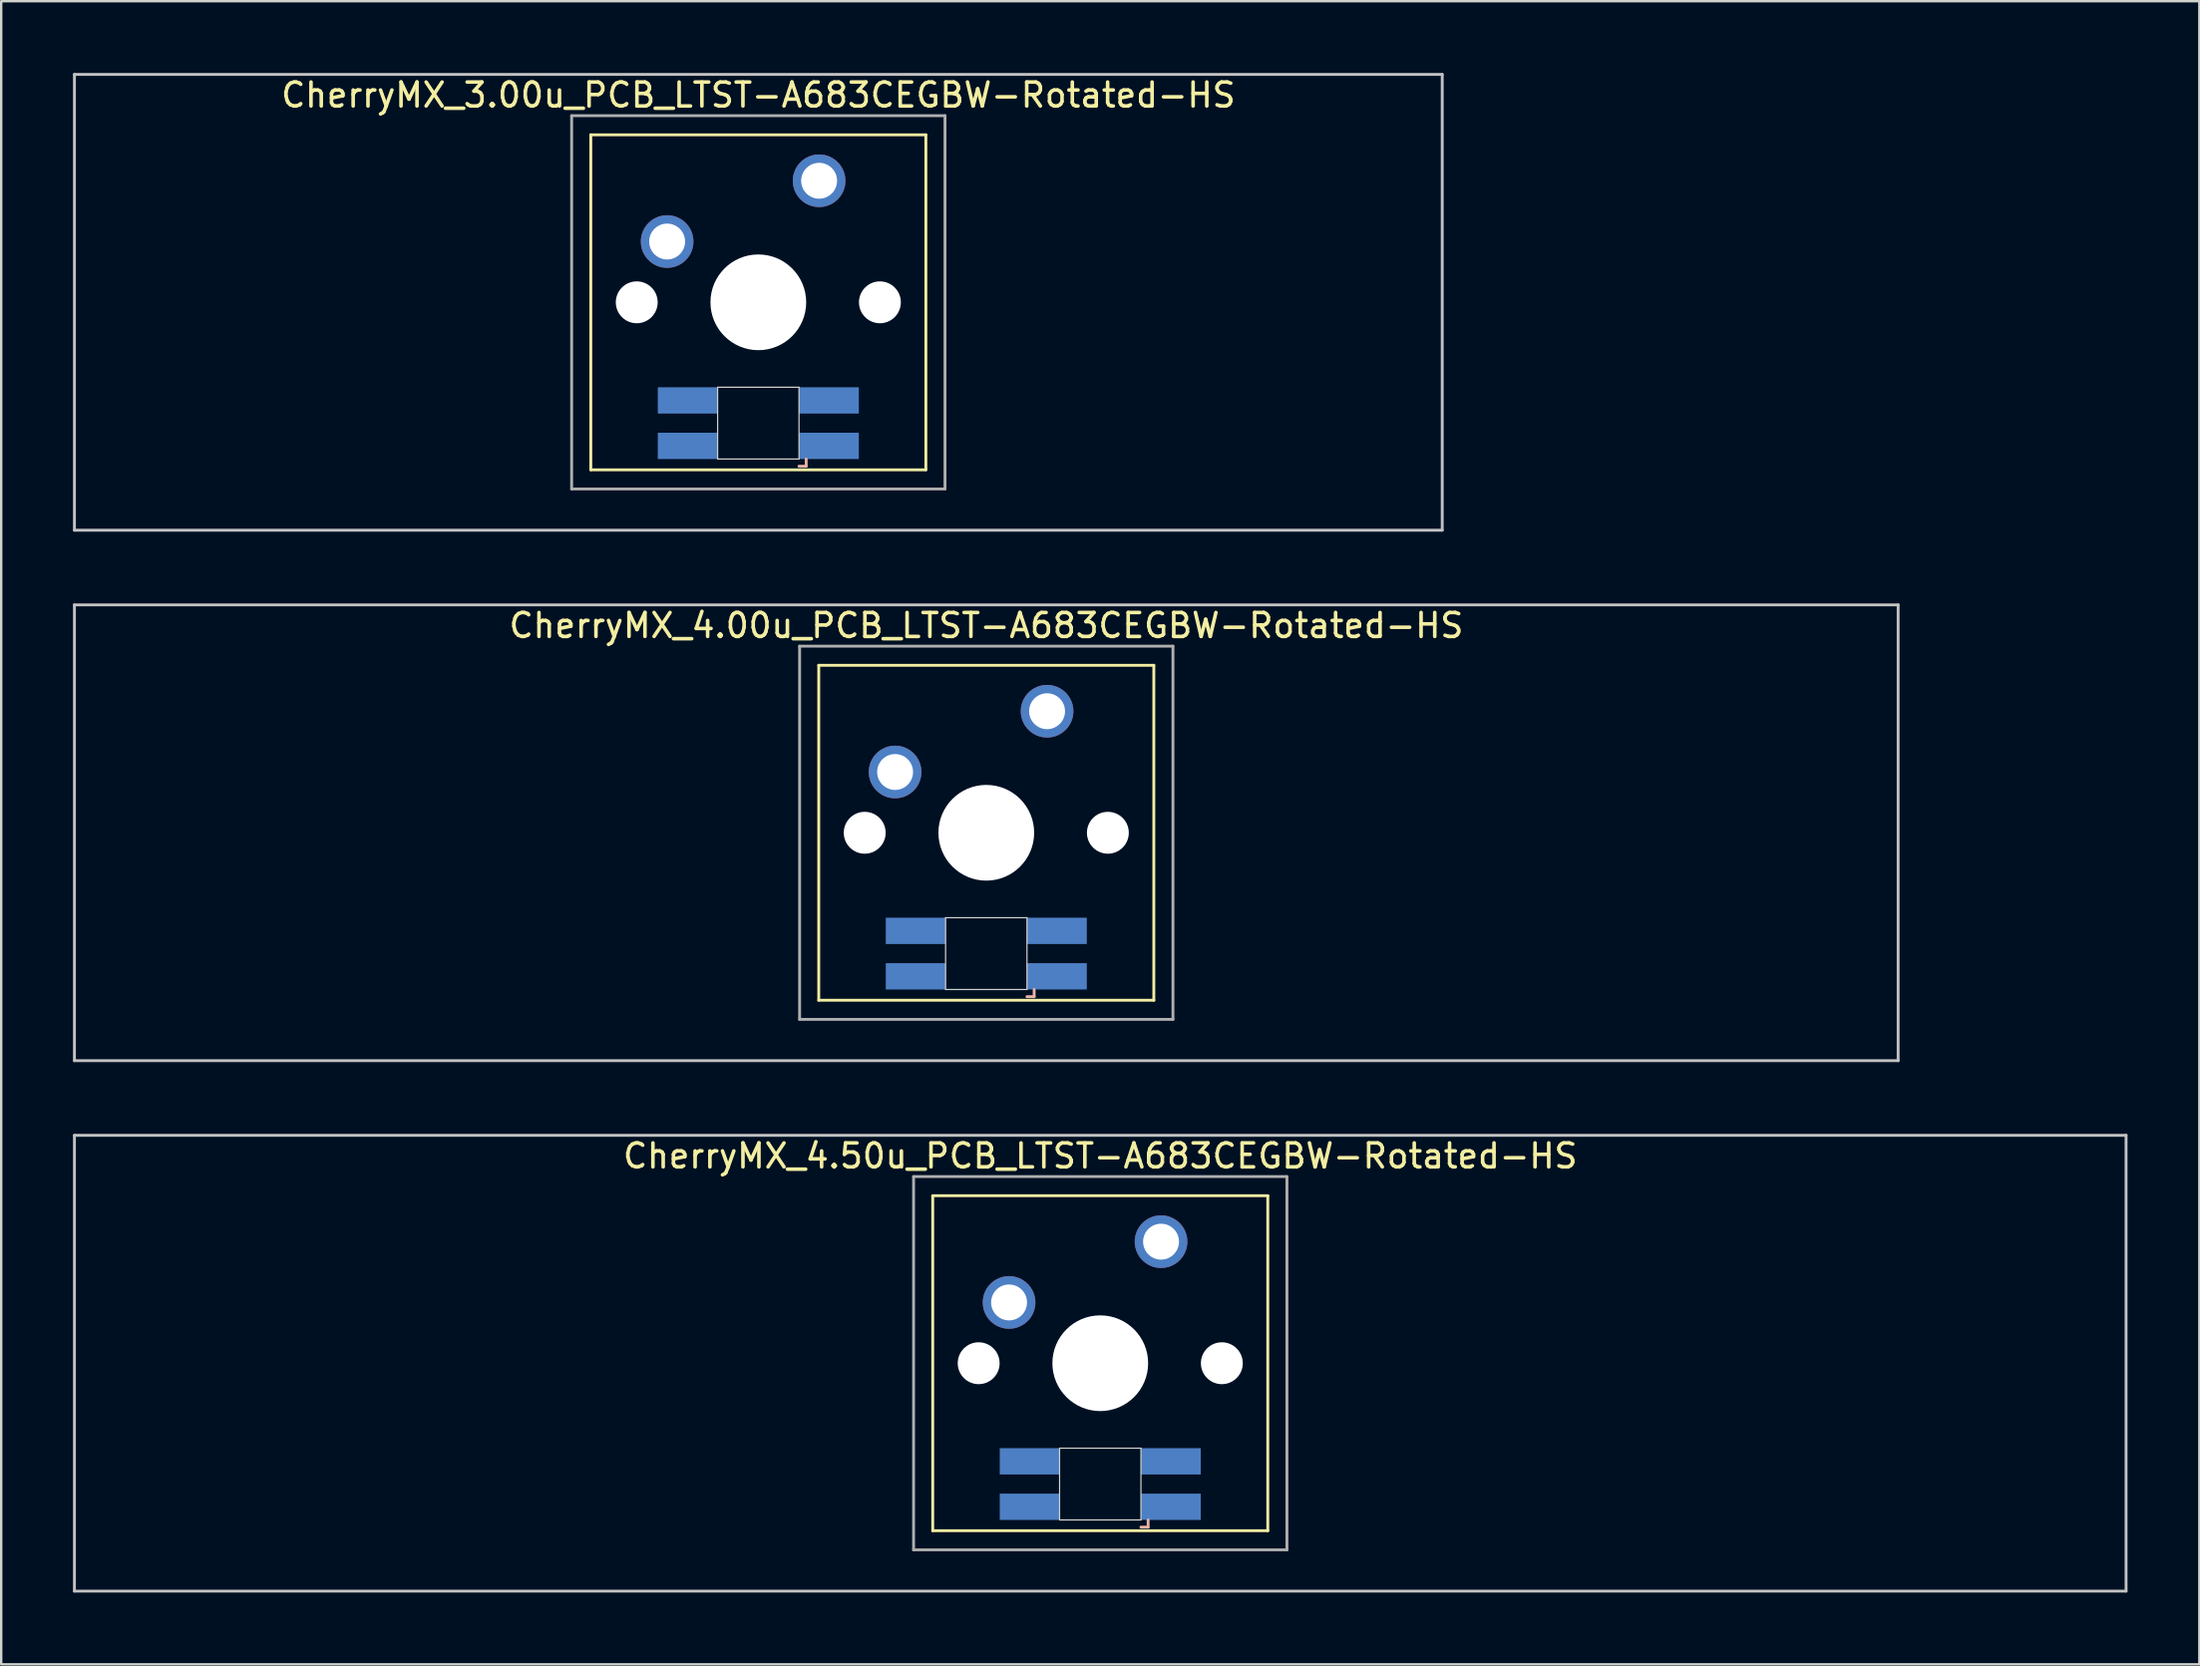
<source format=kicad_pcb>
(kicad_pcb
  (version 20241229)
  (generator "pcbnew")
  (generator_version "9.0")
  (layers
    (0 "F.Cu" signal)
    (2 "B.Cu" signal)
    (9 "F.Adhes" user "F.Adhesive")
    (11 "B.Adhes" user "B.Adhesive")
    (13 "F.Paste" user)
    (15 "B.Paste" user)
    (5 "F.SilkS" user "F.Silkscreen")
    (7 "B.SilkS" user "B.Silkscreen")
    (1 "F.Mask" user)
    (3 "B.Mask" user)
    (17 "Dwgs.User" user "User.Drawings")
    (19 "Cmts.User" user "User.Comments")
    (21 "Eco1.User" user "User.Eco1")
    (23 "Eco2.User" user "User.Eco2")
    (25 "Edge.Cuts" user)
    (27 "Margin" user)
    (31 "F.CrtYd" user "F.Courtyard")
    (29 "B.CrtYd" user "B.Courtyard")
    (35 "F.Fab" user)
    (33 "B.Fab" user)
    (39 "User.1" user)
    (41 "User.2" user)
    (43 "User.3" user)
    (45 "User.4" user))
  (footprint "CherryMX_4.50u_PCB_LTST-A683CEGBW-Rotated-HS"
    (layer "F.Cu")
    (at 42.922 53.925)
    (property "Reference" "CherryMX_4.50u_PCB_LTST-A683CEGBW-Rotated-HS" (at 0 -8.662 0) (layer "F.SilkS") (effects (font (size 1 1) (thickness 0.15))))
    (attr through_hole)
    (fp_line (start -7 -7) (end -7 7) (stroke (width 0.12) (type solid)) (layer "F.SilkS"))
    (fp_line (start -7 -7) (end 7 -7) (stroke (width 0.12) (type solid)) (layer "F.SilkS"))
    (fp_line (start 7 -7) (end 7 7) (stroke (width 0.12) (type solid)) (layer "F.SilkS"))
    (fp_line (start 7 7) (end -7 7) (stroke (width 0.12) (type solid)) (layer "F.SilkS"))
    (fp_line (start 1.7 6.85) (end 2 6.85) (stroke (width 0.12) (type solid)) (layer "B.SilkS"))
    (fp_line (start 2 6.85) (end 2 6.55) (stroke (width 0.12) (type solid)) (layer "B.SilkS"))
    (fp_line (start -42.862 -9.525) (end 42.862 -9.525) (stroke (width 0.12) (type solid)) (layer "Dwgs.User"))
    (fp_line (start -42.862 9.525) (end -42.862 -9.525) (stroke (width 0.12) (type solid)) (layer "Dwgs.User"))
    (fp_line (start 42.862 -9.525) (end 42.862 9.525) (stroke (width 0.12) (type solid)) (layer "Dwgs.User"))
    (fp_line (start 42.862 9.525) (end -42.862 9.525) (stroke (width 0.12) (type solid)) (layer "Dwgs.User"))
    (fp_line (start -1.7 3.55) (end 1.7 3.55) (stroke (width 0.05) (type solid)) (layer "Edge.Cuts"))
    (fp_line (start -1.7 6.55) (end -1.7 3.55) (stroke (width 0.05) (type solid)) (layer "Edge.Cuts"))
    (fp_line (start 1.7 3.55) (end 1.7 6.55) (stroke (width 0.05) (type solid)) (layer "Edge.Cuts"))
    (fp_line (start 1.7 6.55) (end -1.7 6.55) (stroke (width 0.05) (type solid)) (layer "Edge.Cuts"))
    (fp_line (start -7.8 -7.8) (end -7.8 7.8) (stroke (width 0.12) (type solid)) (layer "F.Fab"))
    (fp_line (start -7.8 -7.8) (end 7.8 -7.8) (stroke (width 0.12) (type solid)) (layer "F.Fab"))
    (fp_line (start -7.8 7.8) (end 7.8 7.8) (stroke (width 0.12) (type solid)) (layer "F.Fab"))
    (fp_line (start 7.8 -7.8) (end 7.8 7.8) (stroke (width 0.12) (type solid)) (layer "F.Fab"))
    (pad "" np_thru_hole circle (at -5.08 0) (size 1.75 1.75) (drill 1.75) (layers "*.Cu" "*.Mask"))
    (pad "" np_thru_hole circle (at 0 0) (size 4 4) (drill 4) (layers "*.Cu" "*.Mask"))
    (pad "" np_thru_hole circle (at 5.08 0) (size 1.75 1.75) (drill 1.75) (layers "*.Cu" "*.Mask"))
    (pad "1" thru_hole circle (at -3.81 -2.54) (size 2.2 2.2) (drill 1.5) (layers "*.Cu" "*.Mask"))
    (pad "2" thru_hole circle (at 2.54 -5.08) (size 2.2 2.2) (drill 1.5) (layers "*.Cu" "*.Mask"))
    (pad "3" smd rect (at 2.95 6) (size 2.5 1.1) (layers "B.Cu" "B.Mask" "B.Paste"))
    (pad "4" smd rect (at 2.95 4.1) (size 2.5 1.1) (layers "B.Cu" "B.Mask" "B.Paste"))
    (pad "5" smd rect (at -2.95 6) (size 2.5 1.1) (layers "B.Cu" "B.Mask" "B.Paste"))
    (pad "6" smd rect (at -2.95 4.1) (size 2.5 1.1) (layers "B.Cu" "B.Mask" "B.Paste")))
  (footprint "CherryMX_3.00u_PCB_LTST-A683CEGBW-Rotated-HS"
    (layer "F.Cu")
    (at 28.635 9.585)
    (property "Reference" "CherryMX_3.00u_PCB_LTST-A683CEGBW-Rotated-HS" (at 0 -8.662 0) (layer "F.SilkS") (effects (font (size 1 1) (thickness 0.15))))
    (attr through_hole)
    (fp_line (start -7 -7) (end -7 7) (stroke (width 0.12) (type solid)) (layer "F.SilkS"))
    (fp_line (start -7 -7) (end 7 -7) (stroke (width 0.12) (type solid)) (layer "F.SilkS"))
    (fp_line (start 7 -7) (end 7 7) (stroke (width 0.12) (type solid)) (layer "F.SilkS"))
    (fp_line (start 7 7) (end -7 7) (stroke (width 0.12) (type solid)) (layer "F.SilkS"))
    (fp_line (start 1.7 6.85) (end 2 6.85) (stroke (width 0.12) (type solid)) (layer "B.SilkS"))
    (fp_line (start 2 6.85) (end 2 6.55) (stroke (width 0.12) (type solid)) (layer "B.SilkS"))
    (fp_line (start -28.575 -9.525) (end 28.575 -9.525) (stroke (width 0.12) (type solid)) (layer "Dwgs.User"))
    (fp_line (start -28.575 9.525) (end -28.575 -9.525) (stroke (width 0.12) (type solid)) (layer "Dwgs.User"))
    (fp_line (start 28.575 -9.525) (end 28.575 9.525) (stroke (width 0.12) (type solid)) (layer "Dwgs.User"))
    (fp_line (start 28.575 9.525) (end -28.575 9.525) (stroke (width 0.12) (type solid)) (layer "Dwgs.User"))
    (fp_line (start -1.7 3.55) (end 1.7 3.55) (stroke (width 0.05) (type solid)) (layer "Edge.Cuts"))
    (fp_line (start -1.7 6.55) (end -1.7 3.55) (stroke (width 0.05) (type solid)) (layer "Edge.Cuts"))
    (fp_line (start 1.7 3.55) (end 1.7 6.55) (stroke (width 0.05) (type solid)) (layer "Edge.Cuts"))
    (fp_line (start 1.7 6.55) (end -1.7 6.55) (stroke (width 0.05) (type solid)) (layer "Edge.Cuts"))
    (fp_line (start -7.8 -7.8) (end -7.8 7.8) (stroke (width 0.12) (type solid)) (layer "F.Fab"))
    (fp_line (start -7.8 -7.8) (end 7.8 -7.8) (stroke (width 0.12) (type solid)) (layer "F.Fab"))
    (fp_line (start -7.8 7.8) (end 7.8 7.8) (stroke (width 0.12) (type solid)) (layer "F.Fab"))
    (fp_line (start 7.8 -7.8) (end 7.8 7.8) (stroke (width 0.12) (type solid)) (layer "F.Fab"))
    (pad "" np_thru_hole circle (at -5.08 0) (size 1.75 1.75) (drill 1.75) (layers "*.Cu" "*.Mask"))
    (pad "" np_thru_hole circle (at 0 0) (size 4 4) (drill 4) (layers "*.Cu" "*.Mask"))
    (pad "" np_thru_hole circle (at 5.08 0) (size 1.75 1.75) (drill 1.75) (layers "*.Cu" "*.Mask"))
    (pad "1" thru_hole circle (at -3.81 -2.54) (size 2.2 2.2) (drill 1.5) (layers "*.Cu" "*.Mask"))
    (pad "2" thru_hole circle (at 2.54 -5.08) (size 2.2 2.2) (drill 1.5) (layers "*.Cu" "*.Mask"))
    (pad "3" smd rect (at 2.95 6) (size 2.5 1.1) (layers "B.Cu" "B.Mask" "B.Paste"))
    (pad "4" smd rect (at 2.95 4.1) (size 2.5 1.1) (layers "B.Cu" "B.Mask" "B.Paste"))
    (pad "5" smd rect (at -2.95 6) (size 2.5 1.1) (layers "B.Cu" "B.Mask" "B.Paste"))
    (pad "6" smd rect (at -2.95 4.1) (size 2.5 1.1) (layers "B.Cu" "B.Mask" "B.Paste")))
  (footprint "CherryMX_4.00u_PCB_LTST-A683CEGBW-Rotated-HS"
    (layer "F.Cu")
    (at 38.16 31.755)
    (property "Reference" "CherryMX_4.00u_PCB_LTST-A683CEGBW-Rotated-HS" (at 0 -8.662 0) (layer "F.SilkS") (effects (font (size 1 1) (thickness 0.15))))
    (attr through_hole)
    (fp_line (start -7 -7) (end -7 7) (stroke (width 0.12) (type solid)) (layer "F.SilkS"))
    (fp_line (start -7 -7) (end 7 -7) (stroke (width 0.12) (type solid)) (layer "F.SilkS"))
    (fp_line (start 7 -7) (end 7 7) (stroke (width 0.12) (type solid)) (layer "F.SilkS"))
    (fp_line (start 7 7) (end -7 7) (stroke (width 0.12) (type solid)) (layer "F.SilkS"))
    (fp_line (start 1.7 6.85) (end 2 6.85) (stroke (width 0.12) (type solid)) (layer "B.SilkS"))
    (fp_line (start 2 6.85) (end 2 6.55) (stroke (width 0.12) (type solid)) (layer "B.SilkS"))
    (fp_line (start -38.1 -9.525) (end 38.1 -9.525) (stroke (width 0.12) (type solid)) (layer "Dwgs.User"))
    (fp_line (start -38.1 9.525) (end -38.1 -9.525) (stroke (width 0.12) (type solid)) (layer "Dwgs.User"))
    (fp_line (start 38.1 -9.525) (end 38.1 9.525) (stroke (width 0.12) (type solid)) (layer "Dwgs.User"))
    (fp_line (start 38.1 9.525) (end -38.1 9.525) (stroke (width 0.12) (type solid)) (layer "Dwgs.User"))
    (fp_line (start -1.7 3.55) (end 1.7 3.55) (stroke (width 0.05) (type solid)) (layer "Edge.Cuts"))
    (fp_line (start -1.7 6.55) (end -1.7 3.55) (stroke (width 0.05) (type solid)) (layer "Edge.Cuts"))
    (fp_line (start 1.7 3.55) (end 1.7 6.55) (stroke (width 0.05) (type solid)) (layer "Edge.Cuts"))
    (fp_line (start 1.7 6.55) (end -1.7 6.55) (stroke (width 0.05) (type solid)) (layer "Edge.Cuts"))
    (fp_line (start -7.8 -7.8) (end -7.8 7.8) (stroke (width 0.12) (type solid)) (layer "F.Fab"))
    (fp_line (start -7.8 -7.8) (end 7.8 -7.8) (stroke (width 0.12) (type solid)) (layer "F.Fab"))
    (fp_line (start -7.8 7.8) (end 7.8 7.8) (stroke (width 0.12) (type solid)) (layer "F.Fab"))
    (fp_line (start 7.8 -7.8) (end 7.8 7.8) (stroke (width 0.12) (type solid)) (layer "F.Fab"))
    (pad "" np_thru_hole circle (at -5.08 0) (size 1.75 1.75) (drill 1.75) (layers "*.Cu" "*.Mask"))
    (pad "" np_thru_hole circle (at 0 0) (size 4 4) (drill 4) (layers "*.Cu" "*.Mask"))
    (pad "" np_thru_hole circle (at 5.08 0) (size 1.75 1.75) (drill 1.75) (layers "*.Cu" "*.Mask"))
    (pad "1" thru_hole circle (at -3.81 -2.54) (size 2.2 2.2) (drill 1.5) (layers "*.Cu" "*.Mask"))
    (pad "2" thru_hole circle (at 2.54 -5.08) (size 2.2 2.2) (drill 1.5) (layers "*.Cu" "*.Mask"))
    (pad "3" smd rect (at 2.95 6) (size 2.5 1.1) (layers "B.Cu" "B.Mask" "B.Paste"))
    (pad "4" smd rect (at 2.95 4.1) (size 2.5 1.1) (layers "B.Cu" "B.Mask" "B.Paste"))
    (pad "5" smd rect (at -2.95 6) (size 2.5 1.1) (layers "B.Cu" "B.Mask" "B.Paste"))
    (pad "6" smd rect (at -2.95 4.1) (size 2.5 1.1) (layers "B.Cu" "B.Mask" "B.Paste")))
  (gr_rect
    (start -3 -3)
    (end 88.845 66.51)
    (stroke (width 0.1) (type default))
    (fill no)
    (layer "Edge.Cuts")))
</source>
